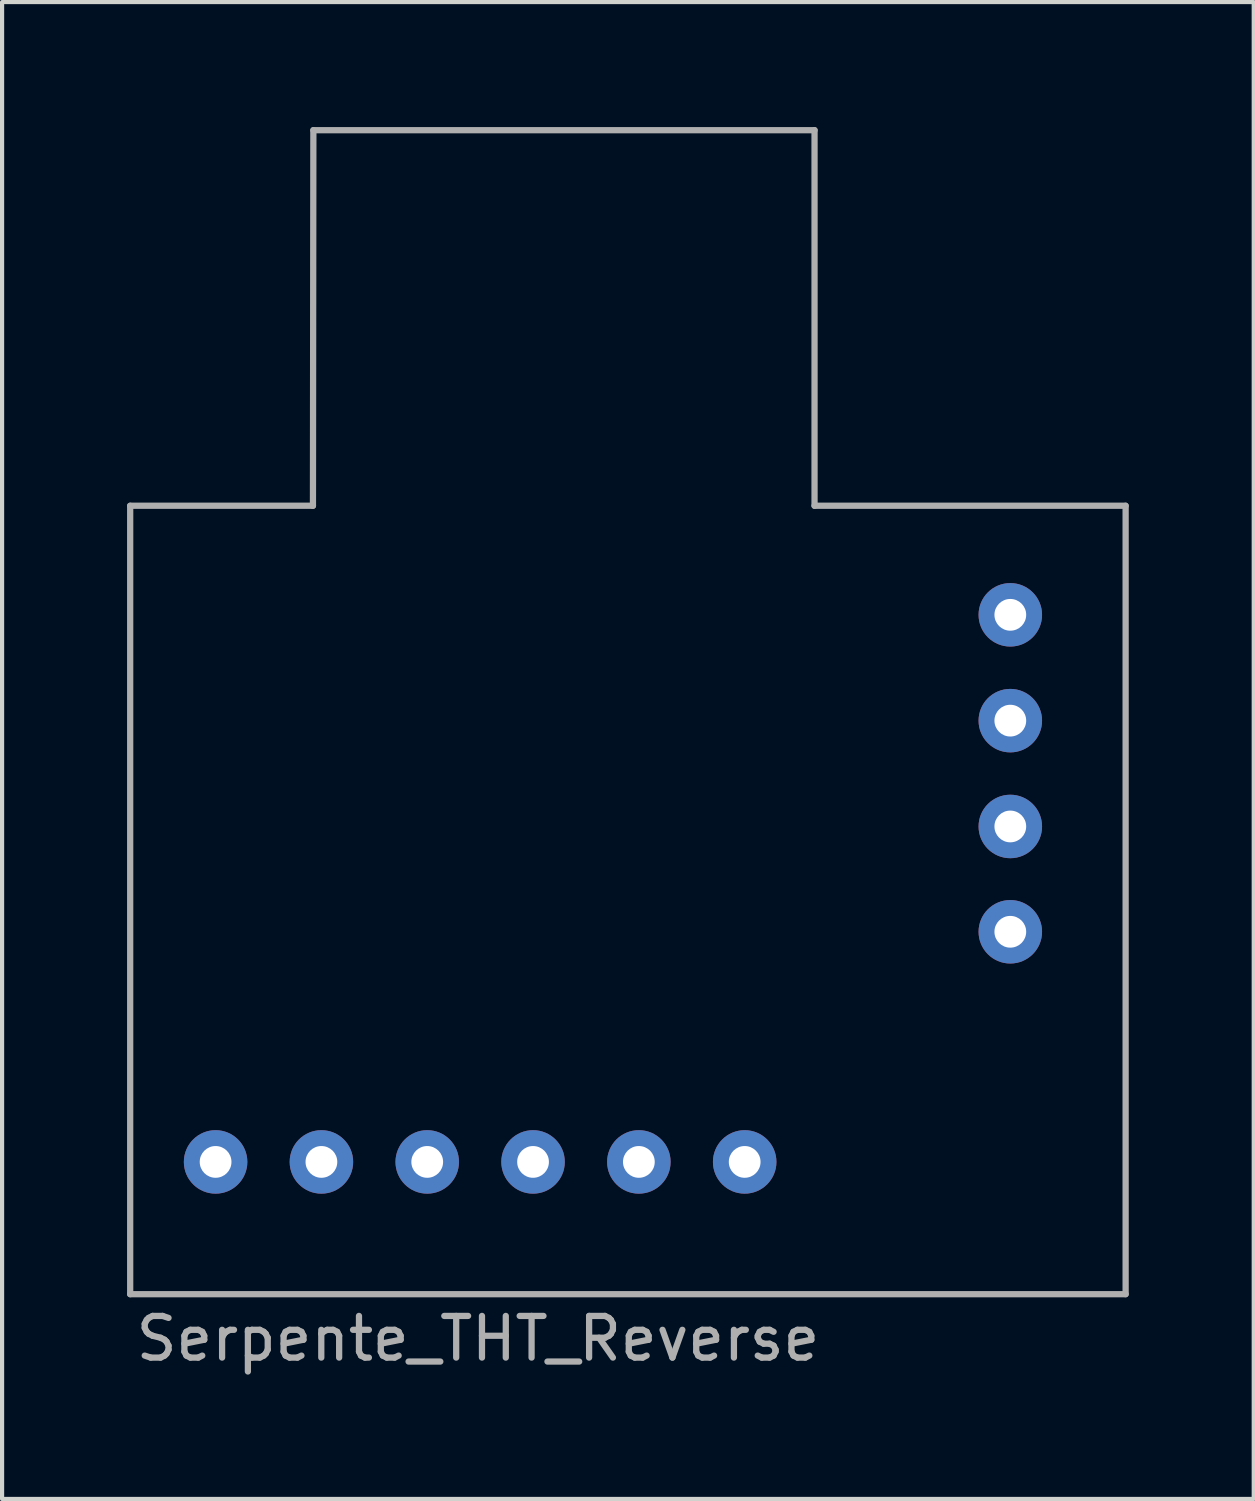
<source format=kicad_pcb>
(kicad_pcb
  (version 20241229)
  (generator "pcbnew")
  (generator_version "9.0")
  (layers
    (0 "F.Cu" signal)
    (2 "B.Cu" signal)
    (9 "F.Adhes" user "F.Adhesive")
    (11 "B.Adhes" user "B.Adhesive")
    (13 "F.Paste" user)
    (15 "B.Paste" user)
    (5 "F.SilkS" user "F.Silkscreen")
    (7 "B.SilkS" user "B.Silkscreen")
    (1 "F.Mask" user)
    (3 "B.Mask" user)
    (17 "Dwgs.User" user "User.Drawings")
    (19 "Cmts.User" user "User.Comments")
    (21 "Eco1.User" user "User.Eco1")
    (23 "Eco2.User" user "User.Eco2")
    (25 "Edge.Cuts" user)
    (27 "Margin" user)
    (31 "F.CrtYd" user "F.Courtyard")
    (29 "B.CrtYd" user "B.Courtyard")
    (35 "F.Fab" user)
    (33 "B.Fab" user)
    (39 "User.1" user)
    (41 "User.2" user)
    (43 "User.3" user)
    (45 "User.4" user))
  (footprint "Serpente_THT_Reverse"
    (layer "F.Cu")
    (at 8.78 24.84)
    (property "Reference" "Serpente_THT_Reverse" (at -0.356 4.242 0) (layer "F.Fab") (effects (font (size 1 1) (thickness 0.15))))
    (attr through_hole)
    (fp_line (start -8.705 -15.75) (end -8.705 3.175) (stroke (width 0.15) (type solid)) (layer "F.Fab"))
    (fp_line (start -4.318 -15.75) (end -8.705 -15.75) (stroke (width 0.15) (type solid)) (layer "F.Fab"))
    (fp_line (start -4.308 -24.765) (end -4.318 -15.75) (stroke (width 0.15) (type solid)) (layer "F.Fab"))
    (fp_line (start -4.308 -24.765) (end 7.722 -24.765) (stroke (width 0.15) (type solid)) (layer "F.Fab"))
    (fp_line (start 7.722 -24.765) (end 7.722 -15.75) (stroke (width 0.15) (type solid)) (layer "F.Fab"))
    (fp_line (start 7.722 -15.75) (end 15.189 -15.75) (stroke (width 0.15) (type solid)) (layer "F.Fab"))
    (fp_line (start 15.189 -15.75) (end 15.189 3.175) (stroke (width 0.15) (type solid)) (layer "F.Fab"))
    (fp_line (start 15.189 3.175) (end -8.705 3.175) (stroke (width 0.15) (type solid)) (layer "F.Fab"))
    (pad "1" thru_hole circle (at 6.045 0) (size 1.524 1.524) (drill 0.762) (layers "*.Cu" "*.Mask"))
    (pad "2" thru_hole circle (at 3.505 0) (size 1.524 1.524) (drill 0.762) (layers "*.Cu" "*.Mask"))
    (pad "3" thru_hole circle (at 0.965 0) (size 1.524 1.524) (drill 0.762) (layers "*.Cu" "*.Mask"))
    (pad "4" thru_hole circle (at -1.575 0) (size 1.524 1.524) (drill 0.762) (layers "*.Cu" "*.Mask"))
    (pad "5" thru_hole circle (at -4.115 0) (size 1.524 1.524) (drill 0.762) (layers "*.Cu" "*.Mask"))
    (pad "6" thru_hole circle (at -6.655 0) (size 1.524 1.524) (drill 0.762) (layers "*.Cu" "*.Mask"))
    (pad "7" thru_hole circle (at 12.421 -5.524) (size 1.524 1.524) (drill 0.762) (layers "*.Cu" "*.Mask"))
    (pad "8" thru_hole circle (at 12.421 -8.052) (size 1.524 1.524) (drill 0.762) (layers "*.Cu" "*.Mask"))
    (pad "9" thru_hole circle (at 12.421 -10.592) (size 1.524 1.524) (drill 0.762) (layers "*.Cu" "*.Mask"))
    (pad "10" thru_hole circle (at 12.421 -13.132) (size 1.524 1.524) (drill 0.762) (layers "*.Cu" "*.Mask")))
  (gr_rect
    (start -3 -3)
    (end 27.044 32.93)
    (stroke (width 0.1) (type default))
    (fill no)
    (layer "Edge.Cuts")))
</source>
